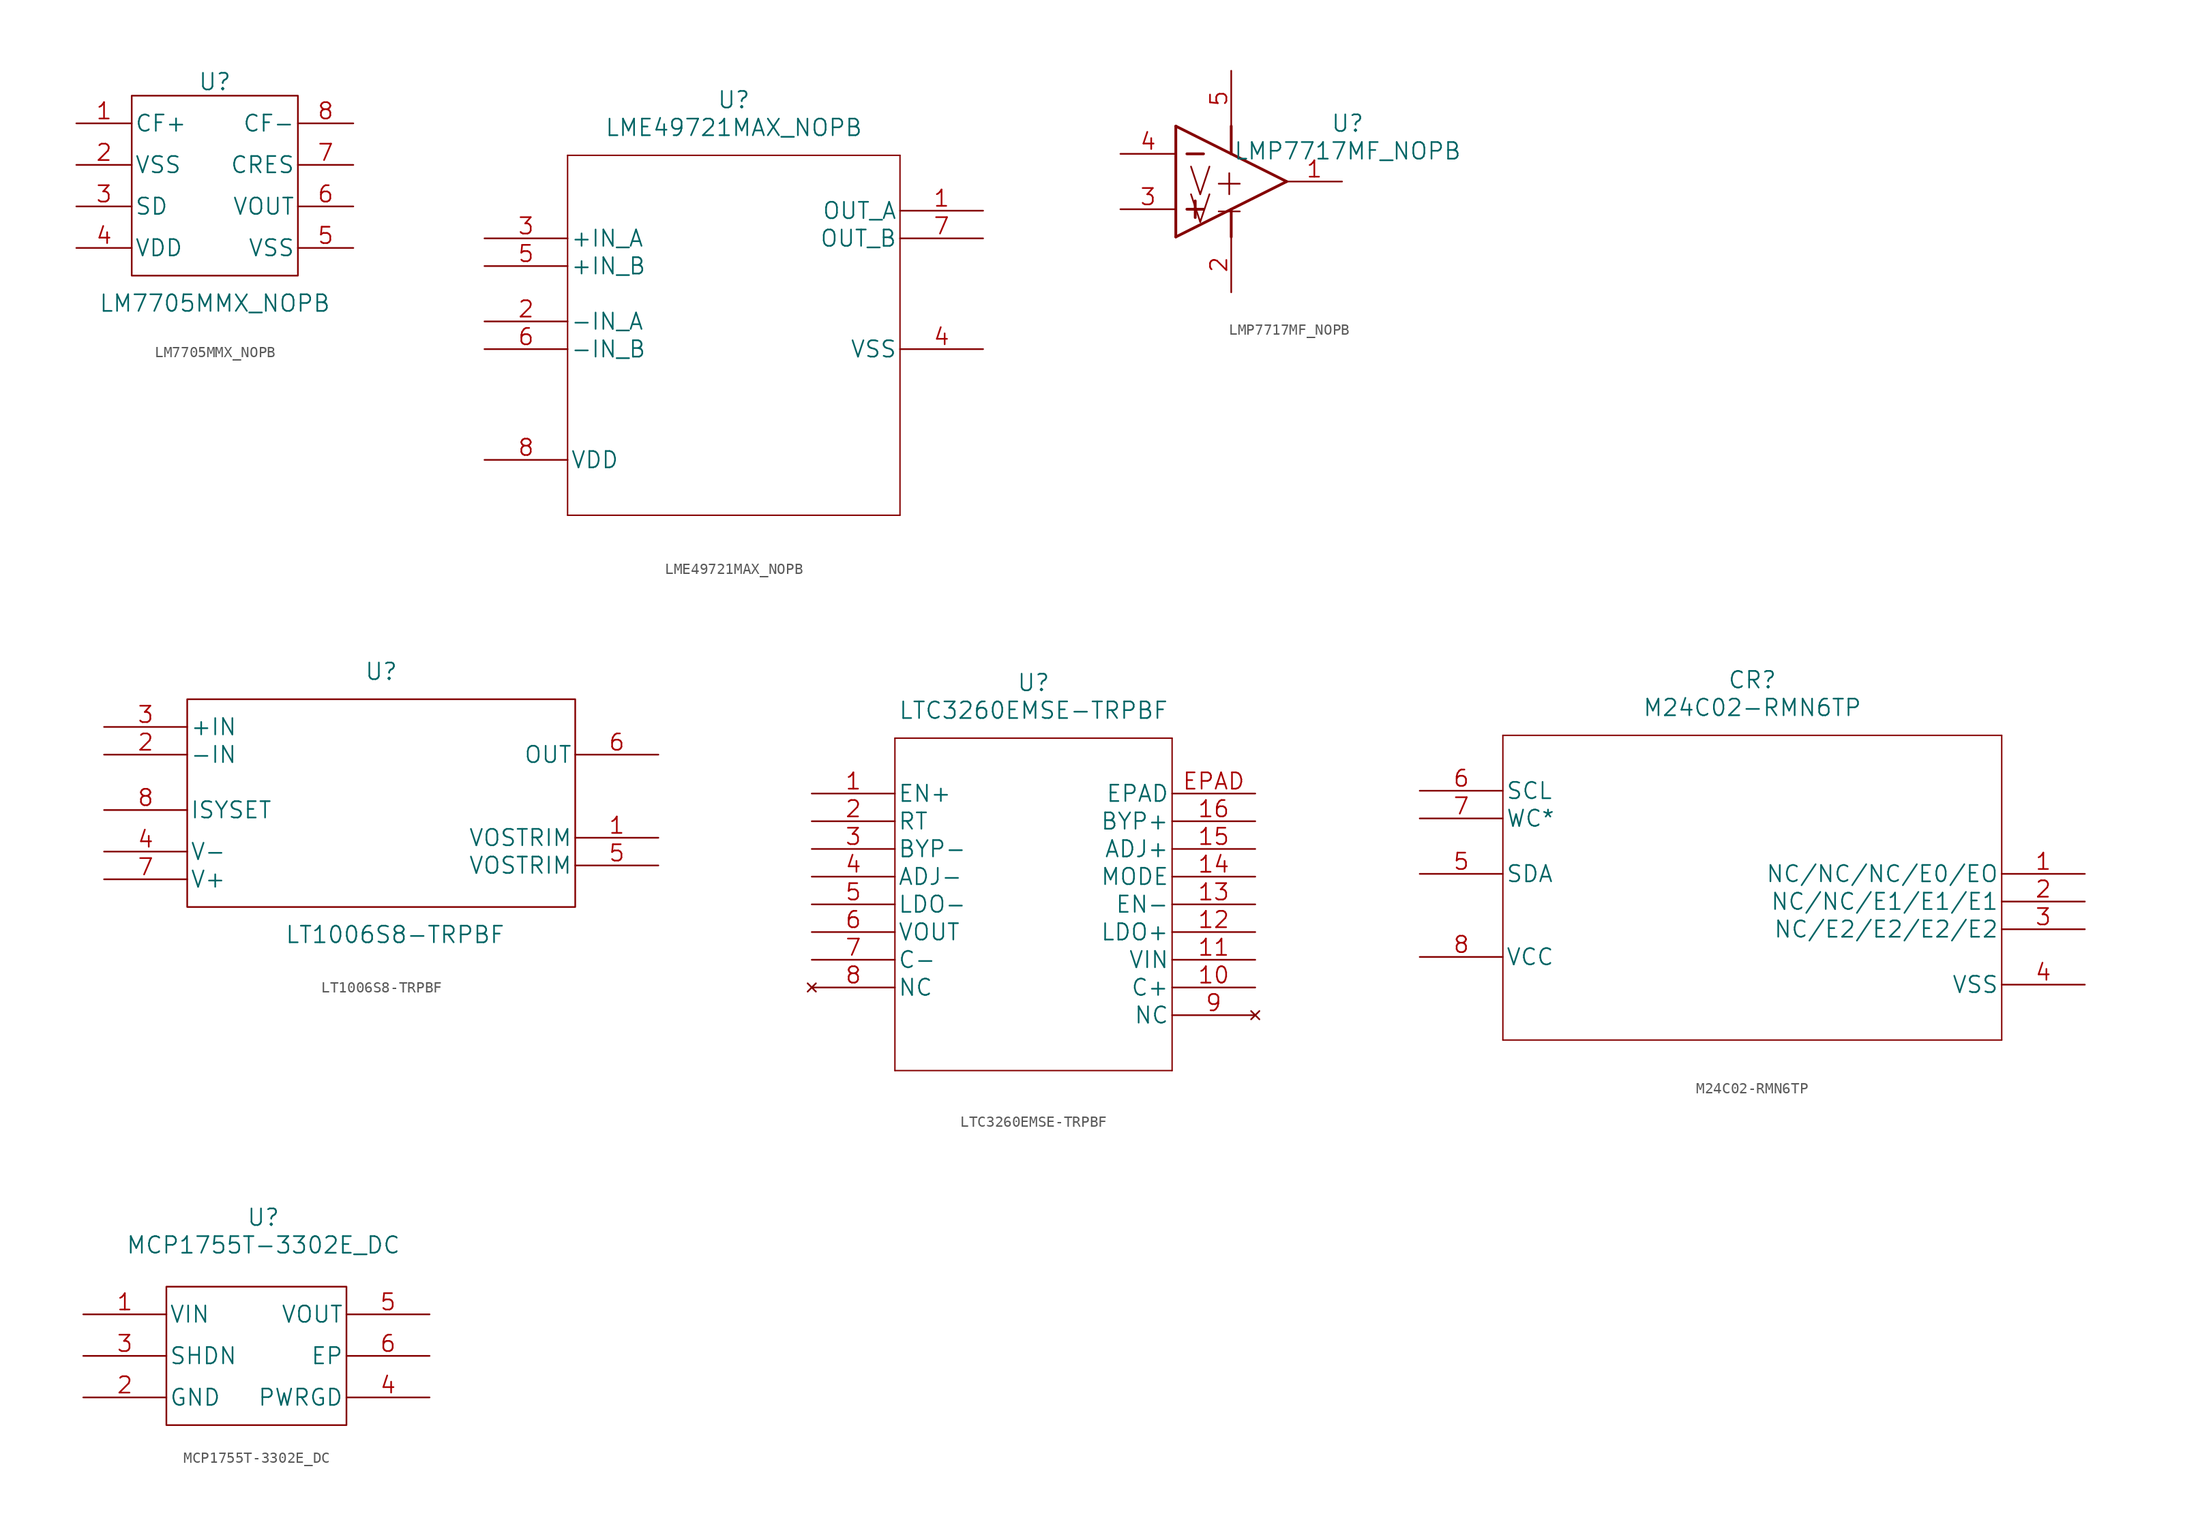
<source format=kicad_sym>
(kicad_symbol_lib
  (version 20211014)
  (generator kicad_symbol_editor)
  (symbol "LM7705MMX_NOPB"
    (pin_names
      (offset 0.254))
    (property "Reference" "U"
      (at 12.7 3.81 0)
      (effects (font (size 1.524 1.524))))
    (property "Value" "LM7705MMX_NOPB"
      (at 12.7 -16.51 0)
      (effects (font (size 1.524 1.524))))
    (property "Datasheet" ""
      (at 12.7 -7.62 0)
      (effects (font (size 1.524 1.524))))
    (property "ki_locked" ""
      (at 0 0 0)
      (effects (font (size 1.27 1.27))))
    (symbol "LM7705MMX_NOPB_1_1"
      (rectangle (start 5.08 2.54) (end 20.32 -13.97) (stroke (width 0) (type default) (color 0 0 0 0)) (fill (type none)))
      (pin unspecified line (at 0 0 0) (length 5.08) (name "CF+" (effects (font (size 1.499 1.499)))) (number "1" (effects (font (size 1.499 1.499)))))
      (pin power_in line (at 0 -3.81 0) (length 5.08) (name "VSS" (effects (font (size 1.499 1.499)))) (number "2" (effects (font (size 1.499 1.499)))))
      (pin input line (at 0 -7.62 0) (length 5.08) (name "SD" (effects (font (size 1.499 1.499)))) (number "3" (effects (font (size 1.499 1.499)))))
      (pin power_in line (at 0 -11.43 0) (length 5.08) (name "VDD" (effects (font (size 1.499 1.499)))) (number "4" (effects (font (size 1.499 1.499)))))
      (pin power_in line (at 25.4 -11.43 180) (length 5.08) (name "VSS" (effects (font (size 1.499 1.499)))) (number "5" (effects (font (size 1.499 1.499)))))
      (pin output line (at 25.4 -7.62 180) (length 5.08) (name "VOUT" (effects (font (size 1.499 1.499)))) (number "6" (effects (font (size 1.499 1.499)))))
      (pin unspecified line (at 25.4 -3.81 180) (length 5.08) (name "CRES" (effects (font (size 1.499 1.499)))) (number "7" (effects (font (size 1.499 1.499)))))
      (pin unspecified line (at 25.4 0 180) (length 5.08) (name "CF-" (effects (font (size 1.499 1.499)))) (number "8" (effects (font (size 1.499 1.499)))))))
  (symbol "LME49721MAX_NOPB"
    (pin_names
      (offset 0.254))
    (property "Reference" "U"
      (at 22.86 12.7 0)
      (effects (font (size 1.524 1.524))))
    (property "Value" "LME49721MAX_NOPB"
      (at 22.86 10.16 0)
      (effects (font (size 1.524 1.524))))
    (property "Datasheet" ""
      (at 0 0 0)
      (effects (font (size 1.524 1.524))))
    (property "ki_locked" ""
      (at 0 0 0)
      (effects (font (size 1.27 1.27))))
    (symbol "LME49721MAX_NOPB_1_1"
      (polyline (pts (xy 7.62 -25.4) (xy 38.1 -25.4)) (stroke (width 0.127) (type default) (color 0 0 0 0)) (fill (type none)))
      (polyline (pts (xy 7.62 7.62) (xy 7.62 -25.4)) (stroke (width 0.127) (type default) (color 0 0 0 0)) (fill (type none)))
      (polyline (pts (xy 38.1 -25.4) (xy 38.1 7.62)) (stroke (width 0.127) (type default) (color 0 0 0 0)) (fill (type none)))
      (polyline (pts (xy 38.1 7.62) (xy 7.62 7.62)) (stroke (width 0.127) (type default) (color 0 0 0 0)) (fill (type none)))
      (pin output line (at 45.72 2.54 180) (length 7.62) (name "OUT_A" (effects (font (size 1.499 1.499)))) (number "1" (effects (font (size 1.499 1.499)))))
      (pin input line (at 0 -7.62 0) (length 7.62) (name "-IN_A" (effects (font (size 1.499 1.499)))) (number "2" (effects (font (size 1.499 1.499)))))
      (pin input line (at 0 0 0) (length 7.62) (name "+IN_A" (effects (font (size 1.499 1.499)))) (number "3" (effects (font (size 1.499 1.499)))))
      (pin power_in line (at 45.72 -10.16 180) (length 7.62) (name "VSS" (effects (font (size 1.499 1.499)))) (number "4" (effects (font (size 1.499 1.499)))))
      (pin input line (at 0 -2.54 0) (length 7.62) (name "+IN_B" (effects (font (size 1.499 1.499)))) (number "5" (effects (font (size 1.499 1.499)))))
      (pin input line (at 0 -10.16 0) (length 7.62) (name "-IN_B" (effects (font (size 1.499 1.499)))) (number "6" (effects (font (size 1.499 1.499)))))
      (pin output line (at 45.72 0 180) (length 7.62) (name "OUT_B" (effects (font (size 1.499 1.499)))) (number "7" (effects (font (size 1.499 1.499)))))
      (pin power_in line (at 0 -20.32 0) (length 7.62) (name "VDD" (effects (font (size 1.499 1.499)))) (number "8" (effects (font (size 1.499 1.499)))))))
  (symbol "LMP7717MF_NOPB"
    (pin_names
      (offset 0) hide)
    (property "Reference" "U"
      (at 15.748 0.254 0)
      (effects (font (size 1.524 1.524))))
    (property "Value" "LMP7717MF_NOPB"
      (at 15.748 -2.286 0)
      (effects (font (size 1.524 1.524))))
    (property "Datasheet" ""
      (at 0 0 0)
      (effects (font (size 1.524 1.524))))
    (property "ki_locked" ""
      (at 0 0 0)
      (effects (font (size 1.27 1.27))))
    (symbol "LMP7717MF_NOPB_0_0"
      (text "V+" (at 3.81 -5.08 0) (effects (font (size 2.54 2.54))))
      (text "V-" (at 3.81 -7.62 0) (effects (font (size 2.54 2.54)))))
    (symbol "LMP7717MF_NOPB_1_1"
      (polyline (pts (xy 0 -10.16) (xy 10.16 -5.08)) (stroke (width 0.254) (type default) (color 0 0 0 0)) (fill (type none)))
      (polyline (pts (xy 0 0) (xy 0 -10.16)) (stroke (width 0.254) (type default) (color 0 0 0 0)) (fill (type none)))
      (polyline (pts (xy 0 0) (xy 10.16 -5.08)) (stroke (width 0.254) (type default) (color 0 0 0 0)) (fill (type none)))
      (polyline (pts (xy 1.016 -7.62) (xy 2.54 -7.62)) (stroke (width 0.254) (type default) (color 0 0 0 0)) (fill (type none)))
      (polyline (pts (xy 1.016 -2.54) (xy 2.54 -2.54)) (stroke (width 0.254) (type default) (color 0 0 0 0)) (fill (type none)))
      (polyline (pts (xy 1.778 -6.858) (xy 1.778 -8.382)) (stroke (width 0.254) (type default) (color 0 0 0 0)) (fill (type none)))
      (polyline (pts (xy 5.08 -7.62) (xy 5.08 -10.16)) (stroke (width 0.254) (type default) (color 0 0 0 0)) (fill (type none)))
      (polyline (pts (xy 5.08 0) (xy 5.08 -2.54)) (stroke (width 0.254) (type default) (color 0 0 0 0)) (fill (type none)))
      (pin output line (at 15.24 -5.08 180) (length 5.08) (name "OUT" (effects (font (size 1.499 1.499)))) (number "1" (effects (font (size 1.499 1.499)))))
      (pin power_in line (at 5.08 -15.24 90) (length 5.08) (name "V-" (effects (font (size 1.499 1.499)))) (number "2" (effects (font (size 1.499 1.499)))))
      (pin input line (at -5.08 -7.62 0) (length 5.08) (name "IN+" (effects (font (size 1.499 1.499)))) (number "3" (effects (font (size 1.499 1.499)))))
      (pin input line (at -5.08 -2.54 0) (length 5.08) (name "IN-" (effects (font (size 1.499 1.499)))) (number "4" (effects (font (size 1.499 1.499)))))
      (pin power_in line (at 5.08 5.08 270) (length 5.08) (name "V+" (effects (font (size 1.499 1.499)))) (number "5" (effects (font (size 1.499 1.499)))))))
  (symbol "LT1006S8-TRPBF"
    (pin_names
      (offset 0.254))
    (property "Reference" "U"
      (at 25.4 7.62 0)
      (effects (font (size 1.524 1.524))))
    (property "Value" "LT1006S8-TRPBF"
      (at 26.67 -16.51 0)
      (effects (font (size 1.524 1.524))))
    (property "Datasheet" ""
      (at 0 2.54 0)
      (effects (font (size 1.524 1.524))))
    (property "ki_locked" ""
      (at 0 0 0)
      (effects (font (size 1.27 1.27))))
    (symbol "LT1006S8-TRPBF_1_1"
      (rectangle (start 7.62 5.08) (end 43.18 -13.97) (stroke (width 0) (type default) (color 0 0 0 0)) (fill (type none)))
      (pin unspecified line (at 50.8 -7.62 180) (length 7.62) (name "VOSTRIM" (effects (font (size 1.499 1.499)))) (number "1" (effects (font (size 1.499 1.499)))))
      (pin input line (at 0 0 0) (length 7.62) (name "-IN" (effects (font (size 1.499 1.499)))) (number "2" (effects (font (size 1.499 1.499)))))
      (pin input line (at 0 2.54 0) (length 7.62) (name "+IN" (effects (font (size 1.499 1.499)))) (number "3" (effects (font (size 1.499 1.499)))))
      (pin power_in line (at 0 -8.89 0) (length 7.62) (name "V-" (effects (font (size 1.499 1.499)))) (number "4" (effects (font (size 1.499 1.499)))))
      (pin unspecified line (at 50.8 -10.16 180) (length 7.62) (name "VOSTRIM" (effects (font (size 1.499 1.499)))) (number "5" (effects (font (size 1.499 1.499)))))
      (pin output line (at 50.8 0 180) (length 7.62) (name "OUT" (effects (font (size 1.499 1.499)))) (number "6" (effects (font (size 1.499 1.499)))))
      (pin power_in line (at 0 -11.43 0) (length 7.62) (name "V+" (effects (font (size 1.499 1.499)))) (number "7" (effects (font (size 1.499 1.499)))))
      (pin unspecified line (at 0 -5.08 0) (length 7.62) (name "ISYSET" (effects (font (size 1.499 1.499)))) (number "8" (effects (font (size 1.499 1.499)))))))
  (symbol "LTC3260EMSE-TRPBF"
    (pin_names
      (offset 0.254))
    (property "Reference" "U"
      (at 20.32 10.16 0)
      (effects (font (size 1.524 1.524))))
    (property "Value" "LTC3260EMSE-TRPBF"
      (at 20.32 7.62 0)
      (effects (font (size 1.524 1.524))))
    (property "Datasheet" ""
      (at 0 0 0)
      (effects (font (size 1.524 1.524))))
    (property "ki_locked" ""
      (at 0 0 0)
      (effects (font (size 1.27 1.27))))
    (symbol "LTC3260EMSE-TRPBF_1_1"
      (polyline (pts (xy 7.62 -25.4) (xy 33.02 -25.4)) (stroke (width 0.127) (type default) (color 0 0 0 0)) (fill (type none)))
      (polyline (pts (xy 7.62 5.08) (xy 7.62 -25.4)) (stroke (width 0.127) (type default) (color 0 0 0 0)) (fill (type none)))
      (polyline (pts (xy 33.02 -25.4) (xy 33.02 5.08)) (stroke (width 0.127) (type default) (color 0 0 0 0)) (fill (type none)))
      (polyline (pts (xy 33.02 5.08) (xy 7.62 5.08)) (stroke (width 0.127) (type default) (color 0 0 0 0)) (fill (type none)))
      (pin input line (at 0 0 0) (length 7.62) (name "EN+" (effects (font (size 1.499 1.499)))) (number "1" (effects (font (size 1.499 1.499)))))
      (pin unspecified line (at 40.64 -17.78 180) (length 7.62) (name "C+" (effects (font (size 1.499 1.499)))) (number "10" (effects (font (size 1.499 1.499)))))
      (pin input line (at 40.64 -15.24 180) (length 7.62) (name "VIN" (effects (font (size 1.499 1.499)))) (number "11" (effects (font (size 1.499 1.499)))))
      (pin output line (at 40.64 -12.7 180) (length 7.62) (name "LDO+" (effects (font (size 1.499 1.499)))) (number "12" (effects (font (size 1.499 1.499)))))
      (pin input line (at 40.64 -10.16 180) (length 7.62) (name "EN-" (effects (font (size 1.499 1.499)))) (number "13" (effects (font (size 1.499 1.499)))))
      (pin input line (at 40.64 -7.62 180) (length 7.62) (name "MODE" (effects (font (size 1.499 1.499)))) (number "14" (effects (font (size 1.499 1.499)))))
      (pin input line (at 40.64 -5.08 180) (length 7.62) (name "ADJ+" (effects (font (size 1.499 1.499)))) (number "15" (effects (font (size 1.499 1.499)))))
      (pin output line (at 40.64 -2.54 180) (length 7.62) (name "BYP+" (effects (font (size 1.499 1.499)))) (number "16" (effects (font (size 1.499 1.499)))))
      (pin input line (at 0 -2.54 0) (length 7.62) (name "RT" (effects (font (size 1.499 1.499)))) (number "2" (effects (font (size 1.499 1.499)))))
      (pin output line (at 0 -5.08 0) (length 7.62) (name "BYP-" (effects (font (size 1.499 1.499)))) (number "3" (effects (font (size 1.499 1.499)))))
      (pin input line (at 0 -7.62 0) (length 7.62) (name "ADJ-" (effects (font (size 1.499 1.499)))) (number "4" (effects (font (size 1.499 1.499)))))
      (pin output line (at 0 -10.16 0) (length 7.62) (name "LDO-" (effects (font (size 1.499 1.499)))) (number "5" (effects (font (size 1.499 1.499)))))
      (pin output line (at 0 -12.7 0) (length 7.62) (name "VOUT" (effects (font (size 1.499 1.499)))) (number "6" (effects (font (size 1.499 1.499)))))
      (pin unspecified line (at 0 -15.24 0) (length 7.62) (name "C-" (effects (font (size 1.499 1.499)))) (number "7" (effects (font (size 1.499 1.499)))))
      (pin no_connect line (at 0 -17.78 0) (length 7.62) (name "NC" (effects (font (size 1.499 1.499)))) (number "8" (effects (font (size 1.499 1.499)))))
      (pin no_connect line (at 40.64 -20.32 180) (length 7.62) (name "NC" (effects (font (size 1.499 1.499)))) (number "9" (effects (font (size 1.499 1.499)))))
      (pin unspecified line (at 40.64 0 180) (length 7.62) (name "EPAD" (effects (font (size 1.499 1.499)))) (number "EPAD" (effects (font (size 1.499 1.499)))))))
  (symbol "M24C02-RMN6TP"
    (pin_names
      (offset 0.254))
    (property "Reference" "CR"
      (at 30.48 10.16 0)
      (effects (font (size 1.524 1.524))))
    (property "Value" "M24C02-RMN6TP"
      (at 30.48 7.62 0)
      (effects (font (size 1.524 1.524))))
    (property "Datasheet" ""
      (at 0 0 0)
      (effects (font (size 1.524 1.524))))
    (property "ki_locked" ""
      (at 0 0 0)
      (effects (font (size 1.27 1.27))))
    (symbol "M24C02-RMN6TP_1_1"
      (polyline (pts (xy 7.62 -22.86) (xy 53.34 -22.86)) (stroke (width 0.127) (type default) (color 0 0 0 0)) (fill (type none)))
      (polyline (pts (xy 7.62 5.08) (xy 7.62 -22.86)) (stroke (width 0.127) (type default) (color 0 0 0 0)) (fill (type none)))
      (polyline (pts (xy 53.34 -22.86) (xy 53.34 5.08)) (stroke (width 0.127) (type default) (color 0 0 0 0)) (fill (type none)))
      (polyline (pts (xy 53.34 5.08) (xy 7.62 5.08)) (stroke (width 0.127) (type default) (color 0 0 0 0)) (fill (type none)))
      (pin unspecified line (at 60.96 -7.62 180) (length 7.62) (name "NC/NC/NC/E0/EO" (effects (font (size 1.499 1.499)))) (number "1" (effects (font (size 1.499 1.499)))))
      (pin unspecified line (at 60.96 -10.16 180) (length 7.62) (name "NC/NC/E1/E1/E1" (effects (font (size 1.499 1.499)))) (number "2" (effects (font (size 1.499 1.499)))))
      (pin unspecified line (at 60.96 -12.7 180) (length 7.62) (name "NC/E2/E2/E2/E2" (effects (font (size 1.499 1.499)))) (number "3" (effects (font (size 1.499 1.499)))))
      (pin power_in line (at 60.96 -17.78 180) (length 7.62) (name "VSS" (effects (font (size 1.499 1.499)))) (number "4" (effects (font (size 1.499 1.499)))))
      (pin bidirectional line (at 0 -7.62 0) (length 7.62) (name "SDA" (effects (font (size 1.499 1.499)))) (number "5" (effects (font (size 1.499 1.499)))))
      (pin input line (at 0 0 0) (length 7.62) (name "SCL" (effects (font (size 1.499 1.499)))) (number "6" (effects (font (size 1.499 1.499)))))
      (pin input line (at 0 -2.54 0) (length 7.62) (name "WC*" (effects (font (size 1.499 1.499)))) (number "7" (effects (font (size 1.499 1.499)))))
      (pin power_in line (at 0 -15.24 0) (length 7.62) (name "VCC" (effects (font (size 1.499 1.499)))) (number "8" (effects (font (size 1.499 1.499)))))))
  (symbol "MCP1755T-3302E_DC"
    (pin_names
      (offset 0.254))
    (property "Reference" "U"
      (at 16.51 8.89 0)
      (effects (font (size 1.524 1.524))))
    (property "Value" "MCP1755T-3302E_DC"
      (at 16.51 6.35 0)
      (effects (font (size 1.524 1.524))))
    (property "Datasheet" ""
      (at 0 0 0)
      (effects (font (size 1.524 1.524))))
    (property "ki_locked" ""
      (at 0 0 0)
      (effects (font (size 1.27 1.27))))
    (symbol "MCP1755T-3302E_DC_1_1"
      (rectangle (start 7.62 2.54) (end 24.13 -10.16) (stroke (width 0) (type default) (color 0 0 0 0)) (fill (type none)))
      (pin power_in line (at 0 0 0) (length 7.62) (name "VIN" (effects (font (size 1.499 1.499)))) (number "1" (effects (font (size 1.499 1.499)))))
      (pin power_in line (at 0 -7.62 0) (length 7.62) (name "GND" (effects (font (size 1.499 1.499)))) (number "2" (effects (font (size 1.499 1.499)))))
      (pin input line (at 0 -3.81 0) (length 7.62) (name "SHDN" (effects (font (size 1.499 1.499)))) (number "3" (effects (font (size 1.499 1.499)))))
      (pin output line (at 31.75 -7.62 180) (length 7.62) (name "PWRGD" (effects (font (size 1.499 1.499)))) (number "4" (effects (font (size 1.499 1.499)))))
      (pin output line (at 31.75 0 180) (length 7.62) (name "VOUT" (effects (font (size 1.499 1.499)))) (number "5" (effects (font (size 1.499 1.499)))))
      (pin output line (at 31.75 -3.81 180) (length 7.62) (name "EP" (effects (font (size 1.499 1.499)))) (number "6" (effects (font (size 1.499 1.499))))))))
</source>
